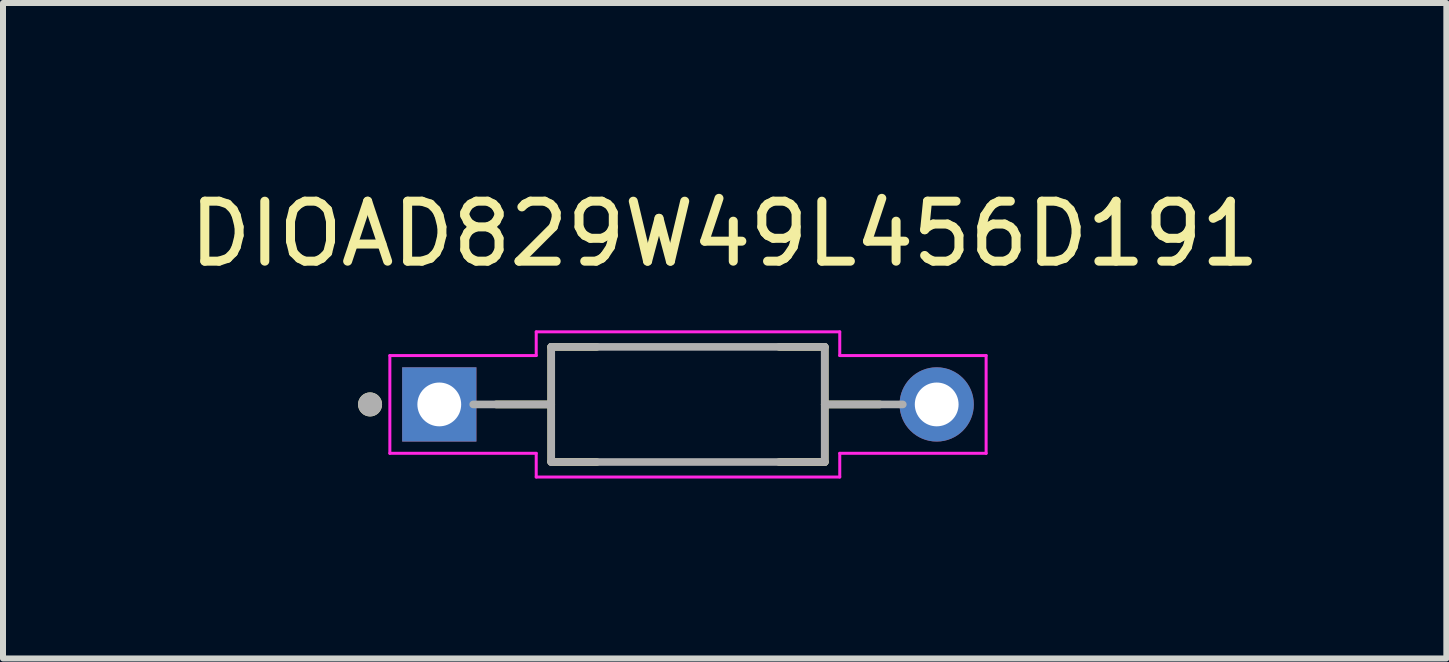
<source format=kicad_pcb>
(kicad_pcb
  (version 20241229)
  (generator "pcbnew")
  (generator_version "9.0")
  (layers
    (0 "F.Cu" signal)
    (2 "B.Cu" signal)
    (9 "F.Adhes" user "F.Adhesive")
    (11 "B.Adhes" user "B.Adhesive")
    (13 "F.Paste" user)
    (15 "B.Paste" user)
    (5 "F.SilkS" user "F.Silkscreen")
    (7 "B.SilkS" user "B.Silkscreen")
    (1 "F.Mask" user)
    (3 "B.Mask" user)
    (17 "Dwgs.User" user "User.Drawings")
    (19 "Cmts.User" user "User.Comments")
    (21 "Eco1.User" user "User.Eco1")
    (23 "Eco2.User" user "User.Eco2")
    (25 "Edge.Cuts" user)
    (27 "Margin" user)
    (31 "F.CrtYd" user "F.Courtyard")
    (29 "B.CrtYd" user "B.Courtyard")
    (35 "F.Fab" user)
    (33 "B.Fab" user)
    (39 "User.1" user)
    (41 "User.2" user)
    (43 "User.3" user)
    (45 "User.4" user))
  (footprint "DIOAD829W49L456D191"
    (layer "F.Cu")
    (at 8.419 3.692)
    (property "Reference" "DIOAD829W49L456D191" (at 0.612 -2.843 0) (layer "F.SilkS") (effects (font (size 1 1) (thickness 0.15))))
    (attr through_hole)
    (fp_line (start -2.28 -0.96) (end -2.28 0) (stroke (width 0.127) (type solid)) (layer "F.SilkS"))
    (fp_line (start -2.28 -0.96) (end -1.52 -0.96) (stroke (width 0.127) (type solid)) (layer "F.SilkS"))
    (fp_line (start -2.28 0) (end -3.2 0) (stroke (width 0.127) (type solid)) (layer "F.SilkS"))
    (fp_line (start -2.28 0) (end -2.28 0.95) (stroke (width 0.127) (type solid)) (layer "F.SilkS"))
    (fp_line (start -2.28 0.96) (end -1.52 0.96) (stroke (width 0.127) (type solid)) (layer "F.SilkS"))
    (fp_line (start 1.52 -0.96) (end 2.28 -0.96) (stroke (width 0.127) (type solid)) (layer "F.SilkS"))
    (fp_line (start 1.52 0.96) (end 2.28 0.96) (stroke (width 0.127) (type solid)) (layer "F.SilkS"))
    (fp_line (start 2.28 -0.95) (end 2.28 0) (stroke (width 0.127) (type solid)) (layer "F.SilkS"))
    (fp_line (start 2.28 0) (end 2.28 0.96) (stroke (width 0.127) (type solid)) (layer "F.SilkS"))
    (fp_line (start 3.2 0) (end 2.28 0) (stroke (width 0.127) (type solid)) (layer "F.SilkS"))
    (fp_circle (center -5.3 0) (end -5.2 0) (stroke (width 0.2) (type solid)) (fill no) (layer "F.SilkS"))
    (fp_line (start -4.97 -0.815) (end -4.97 0.815) (stroke (width 0.05) (type solid)) (layer "F.CrtYd"))
    (fp_line (start -2.53 -1.21) (end -2.53 -0.815) (stroke (width 0.05) (type solid)) (layer "F.CrtYd"))
    (fp_line (start -2.53 -1.21) (end 2.53 -1.21) (stroke (width 0.05) (type solid)) (layer "F.CrtYd"))
    (fp_line (start -2.53 -0.815) (end -4.97 -0.815) (stroke (width 0.05) (type solid)) (layer "F.CrtYd"))
    (fp_line (start -2.53 0.815) (end -4.97 0.815) (stroke (width 0.05) (type solid)) (layer "F.CrtYd"))
    (fp_line (start -2.53 1.21) (end -2.53 0.815) (stroke (width 0.05) (type solid)) (layer "F.CrtYd"))
    (fp_line (start 2.53 -1.21) (end 2.53 -0.815) (stroke (width 0.05) (type solid)) (layer "F.CrtYd"))
    (fp_line (start 2.53 1.21) (end -2.53 1.21) (stroke (width 0.05) (type solid)) (layer "F.CrtYd"))
    (fp_line (start 2.53 1.21) (end 2.53 0.815) (stroke (width 0.05) (type solid)) (layer "F.CrtYd"))
    (fp_line (start 4.97 -0.815) (end 2.53 -0.815) (stroke (width 0.05) (type solid)) (layer "F.CrtYd"))
    (fp_line (start 4.97 -0.815) (end 4.97 0.815) (stroke (width 0.05) (type solid)) (layer "F.CrtYd"))
    (fp_line (start 4.97 0.815) (end 2.53 0.815) (stroke (width 0.05) (type solid)) (layer "F.CrtYd"))
    (fp_line (start -3.581 0) (end -2.28 0) (stroke (width 0.127) (type solid)) (layer "F.Fab"))
    (fp_line (start -2.28 -0.96) (end -2.28 0) (stroke (width 0.127) (type solid)) (layer "F.Fab"))
    (fp_line (start -2.28 -0.96) (end 2.28 -0.96) (stroke (width 0.127) (type solid)) (layer "F.Fab"))
    (fp_line (start -2.28 0) (end -2.28 0.96) (stroke (width 0.127) (type solid)) (layer "F.Fab"))
    (fp_line (start -2.28 0.96) (end 2.28 0.96) (stroke (width 0.127) (type solid)) (layer "F.Fab"))
    (fp_line (start 2.28 -0.96) (end 2.28 0) (stroke (width 0.127) (type solid)) (layer "F.Fab"))
    (fp_line (start 2.28 0) (end 2.28 0.96) (stroke (width 0.127) (type solid)) (layer "F.Fab"))
    (fp_line (start 2.28 0) (end 3.581 0) (stroke (width 0.127) (type solid)) (layer "F.Fab"))
    (fp_circle (center -5.3 0) (end -5.2 0) (stroke (width 0.2) (type solid)) (fill no) (layer "F.Fab"))
    (pad "A" thru_hole circle (at 4.146 0) (size 1.238 1.238) (drill 0.73) (layers "*.Cu" "*.Mask"))
    (pad "C" thru_hole rect (at -4.146 0) (size 1.238 1.238) (drill 0.73) (layers "*.Cu" "*.Mask")))
  (gr_rect
    (start -3 -3)
    (end 21.061 7.927)
    (stroke (width 0.1) (type default))
    (fill no)
    (layer "Edge.Cuts")))
</source>
